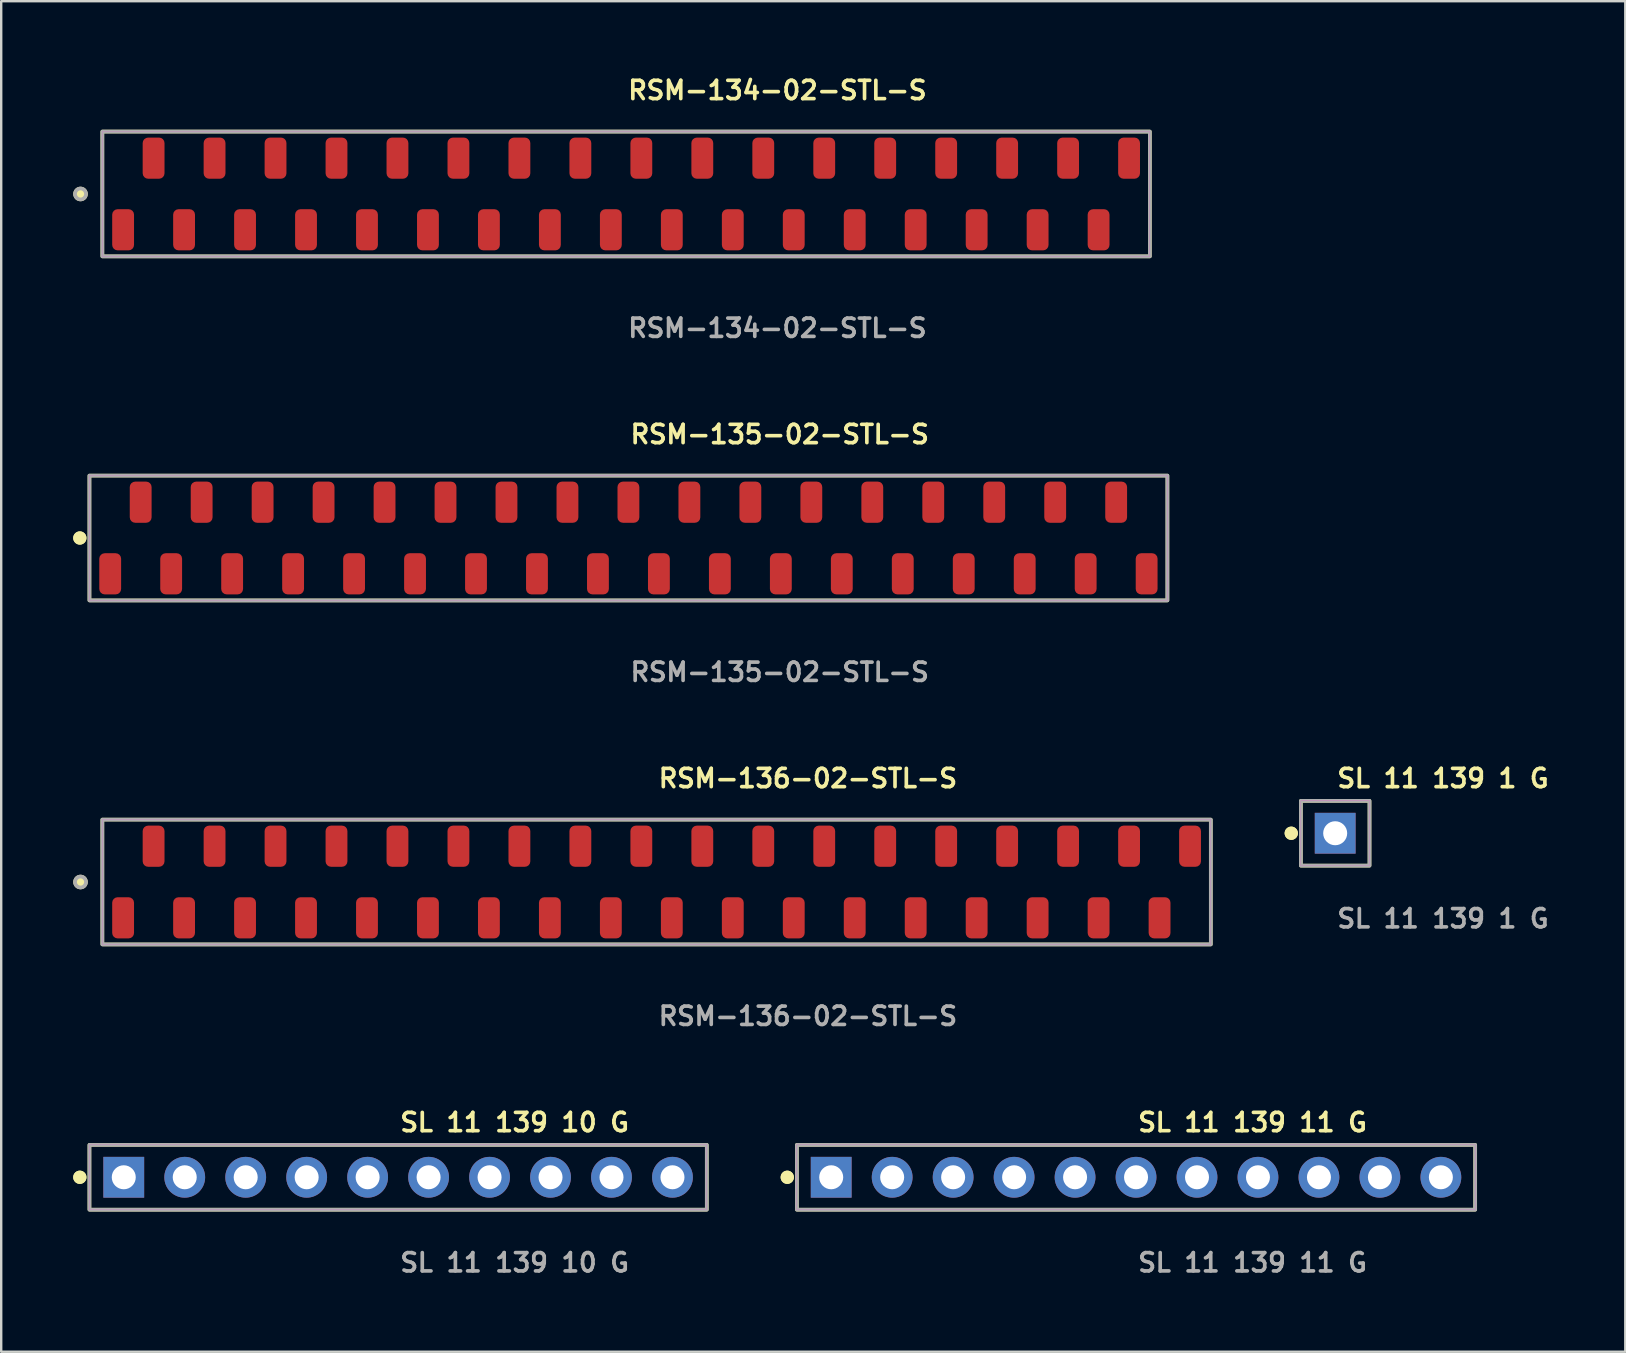
<source format=kicad_pcb>
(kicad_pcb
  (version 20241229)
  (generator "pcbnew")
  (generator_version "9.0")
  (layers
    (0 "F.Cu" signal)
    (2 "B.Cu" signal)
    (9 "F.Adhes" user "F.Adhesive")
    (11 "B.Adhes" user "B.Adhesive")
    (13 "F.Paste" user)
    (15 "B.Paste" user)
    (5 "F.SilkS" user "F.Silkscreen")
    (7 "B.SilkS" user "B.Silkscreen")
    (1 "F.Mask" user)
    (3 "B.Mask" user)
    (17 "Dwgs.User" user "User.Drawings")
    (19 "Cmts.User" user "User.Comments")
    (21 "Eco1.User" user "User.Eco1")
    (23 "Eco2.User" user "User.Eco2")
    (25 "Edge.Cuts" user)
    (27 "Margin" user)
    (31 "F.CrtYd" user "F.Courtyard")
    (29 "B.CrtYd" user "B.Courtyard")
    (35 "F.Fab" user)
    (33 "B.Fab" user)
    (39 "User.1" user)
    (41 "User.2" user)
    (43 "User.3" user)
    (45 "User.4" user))
  (footprint "RSM-134-02-STL-S"
    (layer "F.Cu")
    (at 23.034 5.031)
    (property "Reference" "RSM-134-02-STL-S" (at 0 -4.318 0) (unlocked yes) (layer "F.SilkS") (effects (font (size 0.762 0.762) (thickness 0.152)) (justify left)))
    (fp_rect (start -21.82 2.6) (end 21.82 -2.6) (stroke (width 0.152) (type solid)) (fill no) (layer "F.SilkS"))
    (fp_circle (center -22.73 0) (end -22.957 0) (stroke (width 0.152) (type solid)) (fill yes) (layer "F.SilkS"))
    (fp_rect (start -21.82 2.6) (end 21.82 -2.6) (stroke (width 0.006) (type solid)) (fill no) (layer "F.CrtYd"))
    (fp_rect (start -21.82 2.6) (end 21.82 -2.6) (stroke (width 0.152) (type solid)) (fill no) (layer "F.Fab"))
    (fp_circle (center -22.73 0) (end -22.957 0) (stroke (width 0.152) (type solid)) (fill no) (layer "F.Fab"))
    (fp_text user "${REFERENCE}" (at 0 5.588 0) (unlocked yes) (layer "F.Fab") (effects (font (size 0.762 0.762) (thickness 0.152)) (justify left)))
    (pad "1" smd roundrect (at -20.955 1.492) (size 0.91 1.715) (layers "F.Cu" "F.Paste") (roundrect_rratio 0.25))
    (pad "2" smd roundrect (at -19.685 -1.492) (size 0.91 1.715) (layers "F.Cu" "F.Paste") (roundrect_rratio 0.25))
    (pad "3" smd roundrect (at -18.415 1.492) (size 0.91 1.715) (layers "F.Cu" "F.Paste") (roundrect_rratio 0.25))
    (pad "4" smd roundrect (at -17.145 -1.492) (size 0.91 1.715) (layers "F.Cu" "F.Paste") (roundrect_rratio 0.25))
    (pad "5" smd roundrect (at -15.875 1.492) (size 0.91 1.715) (layers "F.Cu" "F.Paste") (roundrect_rratio 0.25))
    (pad "6" smd roundrect (at -14.605 -1.492) (size 0.91 1.715) (layers "F.Cu" "F.Paste") (roundrect_rratio 0.25))
    (pad "7" smd roundrect (at -13.335 1.492) (size 0.91 1.715) (layers "F.Cu" "F.Paste") (roundrect_rratio 0.25))
    (pad "8" smd roundrect (at -12.065 -1.492) (size 0.91 1.715) (layers "F.Cu" "F.Paste") (roundrect_rratio 0.25))
    (pad "9" smd roundrect (at -10.795 1.492) (size 0.91 1.715) (layers "F.Cu" "F.Paste") (roundrect_rratio 0.25))
    (pad "10" smd roundrect (at -9.525 -1.492) (size 0.91 1.715) (layers "F.Cu" "F.Paste") (roundrect_rratio 0.25))
    (pad "11" smd roundrect (at -8.255 1.492) (size 0.91 1.715) (layers "F.Cu" "F.Paste") (roundrect_rratio 0.25))
    (pad "12" smd roundrect (at -6.985 -1.492) (size 0.91 1.715) (layers "F.Cu" "F.Paste") (roundrect_rratio 0.25))
    (pad "13" smd roundrect (at -5.715 1.492) (size 0.91 1.715) (layers "F.Cu" "F.Paste") (roundrect_rratio 0.25))
    (pad "14" smd roundrect (at -4.445 -1.492) (size 0.91 1.715) (layers "F.Cu" "F.Paste") (roundrect_rratio 0.25))
    (pad "15" smd roundrect (at -3.175 1.492) (size 0.91 1.715) (layers "F.Cu" "F.Paste") (roundrect_rratio 0.25))
    (pad "16" smd roundrect (at -1.905 -1.492) (size 0.91 1.715) (layers "F.Cu" "F.Paste") (roundrect_rratio 0.25))
    (pad "17" smd roundrect (at -0.635 1.492) (size 0.91 1.715) (layers "F.Cu" "F.Paste") (roundrect_rratio 0.25))
    (pad "18" smd roundrect (at 0.635 -1.492) (size 0.91 1.715) (layers "F.Cu" "F.Paste") (roundrect_rratio 0.25))
    (pad "19" smd roundrect (at 1.905 1.492) (size 0.91 1.715) (layers "F.Cu" "F.Paste") (roundrect_rratio 0.25))
    (pad "20" smd roundrect (at 3.175 -1.492) (size 0.91 1.715) (layers "F.Cu" "F.Paste") (roundrect_rratio 0.25))
    (pad "21" smd roundrect (at 4.445 1.492) (size 0.91 1.715) (layers "F.Cu" "F.Paste") (roundrect_rratio 0.25))
    (pad "22" smd roundrect (at 5.715 -1.492) (size 0.91 1.715) (layers "F.Cu" "F.Paste") (roundrect_rratio 0.25))
    (pad "23" smd roundrect (at 6.985 1.492) (size 0.91 1.715) (layers "F.Cu" "F.Paste") (roundrect_rratio 0.25))
    (pad "24" smd roundrect (at 8.255 -1.492) (size 0.91 1.715) (layers "F.Cu" "F.Paste") (roundrect_rratio 0.25))
    (pad "25" smd roundrect (at 9.525 1.492) (size 0.91 1.715) (layers "F.Cu" "F.Paste") (roundrect_rratio 0.25))
    (pad "26" smd roundrect (at 10.795 -1.492) (size 0.91 1.715) (layers "F.Cu" "F.Paste") (roundrect_rratio 0.25))
    (pad "27" smd roundrect (at 12.065 1.492) (size 0.91 1.715) (layers "F.Cu" "F.Paste") (roundrect_rratio 0.25))
    (pad "28" smd roundrect (at 13.335 -1.492) (size 0.91 1.715) (layers "F.Cu" "F.Paste") (roundrect_rratio 0.25))
    (pad "29" smd roundrect (at 14.605 1.492) (size 0.91 1.715) (layers "F.Cu" "F.Paste") (roundrect_rratio 0.25))
    (pad "30" smd roundrect (at 15.875 -1.492) (size 0.91 1.715) (layers "F.Cu" "F.Paste") (roundrect_rratio 0.25))
    (pad "31" smd roundrect (at 17.145 1.492) (size 0.91 1.715) (layers "F.Cu" "F.Paste") (roundrect_rratio 0.25))
    (pad "32" smd roundrect (at 18.415 -1.492) (size 0.91 1.715) (layers "F.Cu" "F.Paste") (roundrect_rratio 0.25))
    (pad "33" smd roundrect (at 19.685 1.492) (size 0.91 1.715) (layers "F.Cu" "F.Paste") (roundrect_rratio 0.25))
    (pad "34" smd roundrect (at 20.955 -1.492) (size 0.91 1.715) (layers "F.Cu" "F.Paste") (roundrect_rratio 0.25)))
  (footprint "RSM-136-02-STL-S"
    (layer "F.Cu")
    (at 24.304 33.696)
    (property "Reference" "RSM-136-02-STL-S" (at 0 -4.318 0) (unlocked yes) (layer "F.SilkS") (effects (font (size 0.762 0.762) (thickness 0.152)) (justify left)))
    (fp_rect (start -23.09 2.6) (end 23.09 -2.6) (stroke (width 0.152) (type solid)) (fill no) (layer "F.SilkS"))
    (fp_circle (center -24 0) (end -24.227 0) (stroke (width 0.152) (type solid)) (fill yes) (layer "F.SilkS"))
    (fp_rect (start -23.09 2.6) (end 23.09 -2.6) (stroke (width 0.006) (type solid)) (fill no) (layer "F.CrtYd"))
    (fp_rect (start -23.09 2.6) (end 23.09 -2.6) (stroke (width 0.152) (type solid)) (fill no) (layer "F.Fab"))
    (fp_circle (center -24 0) (end -24.227 0) (stroke (width 0.152) (type solid)) (fill no) (layer "F.Fab"))
    (fp_text user "${REFERENCE}" (at 0 5.588 0) (unlocked yes) (layer "F.Fab") (effects (font (size 0.762 0.762) (thickness 0.152)) (justify left)))
    (pad "1" smd roundrect (at -22.225 1.492) (size 0.91 1.715) (layers "F.Cu" "F.Paste") (roundrect_rratio 0.25))
    (pad "2" smd roundrect (at -20.955 -1.492) (size 0.91 1.715) (layers "F.Cu" "F.Paste") (roundrect_rratio 0.25))
    (pad "3" smd roundrect (at -19.685 1.492) (size 0.91 1.715) (layers "F.Cu" "F.Paste") (roundrect_rratio 0.25))
    (pad "4" smd roundrect (at -18.415 -1.492) (size 0.91 1.715) (layers "F.Cu" "F.Paste") (roundrect_rratio 0.25))
    (pad "5" smd roundrect (at -17.145 1.492) (size 0.91 1.715) (layers "F.Cu" "F.Paste") (roundrect_rratio 0.25))
    (pad "6" smd roundrect (at -15.875 -1.492) (size 0.91 1.715) (layers "F.Cu" "F.Paste") (roundrect_rratio 0.25))
    (pad "7" smd roundrect (at -14.605 1.492) (size 0.91 1.715) (layers "F.Cu" "F.Paste") (roundrect_rratio 0.25))
    (pad "8" smd roundrect (at -13.335 -1.492) (size 0.91 1.715) (layers "F.Cu" "F.Paste") (roundrect_rratio 0.25))
    (pad "9" smd roundrect (at -12.065 1.492) (size 0.91 1.715) (layers "F.Cu" "F.Paste") (roundrect_rratio 0.25))
    (pad "10" smd roundrect (at -10.795 -1.492) (size 0.91 1.715) (layers "F.Cu" "F.Paste") (roundrect_rratio 0.25))
    (pad "11" smd roundrect (at -9.525 1.492) (size 0.91 1.715) (layers "F.Cu" "F.Paste") (roundrect_rratio 0.25))
    (pad "12" smd roundrect (at -8.255 -1.492) (size 0.91 1.715) (layers "F.Cu" "F.Paste") (roundrect_rratio 0.25))
    (pad "13" smd roundrect (at -6.985 1.492) (size 0.91 1.715) (layers "F.Cu" "F.Paste") (roundrect_rratio 0.25))
    (pad "14" smd roundrect (at -5.715 -1.492) (size 0.91 1.715) (layers "F.Cu" "F.Paste") (roundrect_rratio 0.25))
    (pad "15" smd roundrect (at -4.445 1.492) (size 0.91 1.715) (layers "F.Cu" "F.Paste") (roundrect_rratio 0.25))
    (pad "16" smd roundrect (at -3.175 -1.492) (size 0.91 1.715) (layers "F.Cu" "F.Paste") (roundrect_rratio 0.25))
    (pad "17" smd roundrect (at -1.905 1.492) (size 0.91 1.715) (layers "F.Cu" "F.Paste") (roundrect_rratio 0.25))
    (pad "18" smd roundrect (at -0.635 -1.492) (size 0.91 1.715) (layers "F.Cu" "F.Paste") (roundrect_rratio 0.25))
    (pad "19" smd roundrect (at 0.635 1.492) (size 0.91 1.715) (layers "F.Cu" "F.Paste") (roundrect_rratio 0.25))
    (pad "20" smd roundrect (at 1.905 -1.492) (size 0.91 1.715) (layers "F.Cu" "F.Paste") (roundrect_rratio 0.25))
    (pad "21" smd roundrect (at 3.175 1.492) (size 0.91 1.715) (layers "F.Cu" "F.Paste") (roundrect_rratio 0.25))
    (pad "22" smd roundrect (at 4.445 -1.492) (size 0.91 1.715) (layers "F.Cu" "F.Paste") (roundrect_rratio 0.25))
    (pad "23" smd roundrect (at 5.715 1.492) (size 0.91 1.715) (layers "F.Cu" "F.Paste") (roundrect_rratio 0.25))
    (pad "24" smd roundrect (at 6.985 -1.492) (size 0.91 1.715) (layers "F.Cu" "F.Paste") (roundrect_rratio 0.25))
    (pad "25" smd roundrect (at 8.255 1.492) (size 0.91 1.715) (layers "F.Cu" "F.Paste") (roundrect_rratio 0.25))
    (pad "26" smd roundrect (at 9.525 -1.492) (size 0.91 1.715) (layers "F.Cu" "F.Paste") (roundrect_rratio 0.25))
    (pad "27" smd roundrect (at 10.795 1.492) (size 0.91 1.715) (layers "F.Cu" "F.Paste") (roundrect_rratio 0.25))
    (pad "28" smd roundrect (at 12.065 -1.492) (size 0.91 1.715) (layers "F.Cu" "F.Paste") (roundrect_rratio 0.25))
    (pad "29" smd roundrect (at 13.335 1.492) (size 0.91 1.715) (layers "F.Cu" "F.Paste") (roundrect_rratio 0.25))
    (pad "30" smd roundrect (at 14.605 -1.492) (size 0.91 1.715) (layers "F.Cu" "F.Paste") (roundrect_rratio 0.25))
    (pad "31" smd roundrect (at 15.875 1.492) (size 0.91 1.715) (layers "F.Cu" "F.Paste") (roundrect_rratio 0.25))
    (pad "32" smd roundrect (at 17.145 -1.492) (size 0.91 1.715) (layers "F.Cu" "F.Paste") (roundrect_rratio 0.25))
    (pad "33" smd roundrect (at 18.415 1.492) (size 0.91 1.715) (layers "F.Cu" "F.Paste") (roundrect_rratio 0.25))
    (pad "34" smd roundrect (at 19.685 -1.492) (size 0.91 1.715) (layers "F.Cu" "F.Paste") (roundrect_rratio 0.25))
    (pad "35" smd roundrect (at 20.955 1.492) (size 0.91 1.715) (layers "F.Cu" "F.Paste") (roundrect_rratio 0.25))
    (pad "36" smd roundrect (at 22.225 -1.492) (size 0.91 1.715) (layers "F.Cu" "F.Paste") (roundrect_rratio 0.25)))
  (footprint "SL 11 139 11 G"
    (layer "F.Cu")
    (at 44.279 45.997)
    (property "Reference" "SL 11 139 11 G" (at 0 -2.286 0) (unlocked yes) (layer "F.SilkS") (effects (font (size 0.762 0.762) (thickness 0.152)) (justify left)))
    (fp_rect (start -14.13 1.35) (end 14.13 -1.35) (stroke (width 0.152) (type solid)) (fill no) (layer "F.SilkS"))
    (fp_circle (center -14.53 0) (end -14.73 0) (stroke (width 0.152) (type solid)) (fill yes) (layer "F.SilkS"))
    (fp_circle (center -14.53 0) (end -14.73 0) (stroke (width 0.152) (type solid)) (fill yes) (layer "F.SilkS"))
    (fp_rect (start -14.13 1.35) (end 14.13 -1.35) (stroke (width 0.006) (type solid)) (fill no) (layer "F.CrtYd"))
    (fp_rect (start -14.13 1.35) (end 14.13 -1.35) (stroke (width 0.152) (type solid)) (fill no) (layer "F.Fab"))
    (fp_text user "${REFERENCE}" (at 0 3.556 0) (unlocked yes) (layer "F.Fab") (effects (font (size 0.762 0.762) (thickness 0.152)) (justify left)))
    (pad "1" thru_hole rect (at -12.7 0) (size 1.7 1.7) (drill 1) (layers "*.Cu" "*.Mask"))
    (pad "2" thru_hole circle (at -10.16 0) (size 1.7 1.7) (drill 1) (layers "*.Cu" "*.Mask"))
    (pad "3" thru_hole circle (at -7.62 0) (size 1.7 1.7) (drill 1) (layers "*.Cu" "*.Mask"))
    (pad "4" thru_hole circle (at -5.08 0) (size 1.7 1.7) (drill 1) (layers "*.Cu" "*.Mask"))
    (pad "5" thru_hole circle (at -2.54 0) (size 1.7 1.7) (drill 1) (layers "*.Cu" "*.Mask"))
    (pad "6" thru_hole circle (at 0 0) (size 1.7 1.7) (drill 1) (layers "*.Cu" "*.Mask"))
    (pad "7" thru_hole circle (at 2.54 0) (size 1.7 1.7) (drill 1) (layers "*.Cu" "*.Mask"))
    (pad "8" thru_hole circle (at 5.08 0) (size 1.7 1.7) (drill 1) (layers "*.Cu" "*.Mask"))
    (pad "9" thru_hole circle (at 7.62 0) (size 1.7 1.7) (drill 1) (layers "*.Cu" "*.Mask"))
    (pad "10" thru_hole circle (at 10.16 0) (size 1.7 1.7) (drill 1) (layers "*.Cu" "*.Mask"))
    (pad "11" thru_hole circle (at 12.7 0) (size 1.7 1.7) (drill 1) (layers "*.Cu" "*.Mask")))
  (footprint "RSM-135-02-STL-S"
    (layer "F.Cu")
    (at 23.131 19.364)
    (property "Reference" "RSM-135-02-STL-S" (at 0 -4.318 0) (unlocked yes) (layer "F.SilkS") (effects (font (size 0.762 0.762) (thickness 0.152)) (justify left)))
    (fp_rect (start -22.455 2.6) (end 22.455 -2.6) (stroke (width 0.152) (type solid)) (fill no) (layer "F.SilkS"))
    (fp_circle (center -22.855 0) (end -23.055 0) (stroke (width 0.152) (type solid)) (fill yes) (layer "F.SilkS"))
    (fp_circle (center -22.855 0) (end -23.055 0) (stroke (width 0.152) (type solid)) (fill yes) (layer "F.SilkS"))
    (fp_rect (start -22.455 2.6) (end 22.455 -2.6) (stroke (width 0.006) (type solid)) (fill no) (layer "F.CrtYd"))
    (fp_rect (start -22.455 2.6) (end 22.455 -2.6) (stroke (width 0.152) (type solid)) (fill no) (layer "F.Fab"))
    (fp_text user "${REFERENCE}" (at 0 5.588 0) (unlocked yes) (layer "F.Fab") (effects (font (size 0.762 0.762) (thickness 0.152)) (justify left)))
    (pad "1" smd roundrect (at -21.59 1.492) (size 0.91 1.715) (layers "F.Cu" "F.Paste") (roundrect_rratio 0.25))
    (pad "2" smd roundrect (at -20.32 -1.492) (size 0.91 1.715) (layers "F.Cu" "F.Paste") (roundrect_rratio 0.25))
    (pad "3" smd roundrect (at -19.05 1.492) (size 0.91 1.715) (layers "F.Cu" "F.Paste") (roundrect_rratio 0.25))
    (pad "4" smd roundrect (at -17.78 -1.492) (size 0.91 1.715) (layers "F.Cu" "F.Paste") (roundrect_rratio 0.25))
    (pad "5" smd roundrect (at -16.51 1.492) (size 0.91 1.715) (layers "F.Cu" "F.Paste") (roundrect_rratio 0.25))
    (pad "6" smd roundrect (at -15.24 -1.492) (size 0.91 1.715) (layers "F.Cu" "F.Paste") (roundrect_rratio 0.25))
    (pad "7" smd roundrect (at -13.97 1.492) (size 0.91 1.715) (layers "F.Cu" "F.Paste") (roundrect_rratio 0.25))
    (pad "8" smd roundrect (at -12.7 -1.492) (size 0.91 1.715) (layers "F.Cu" "F.Paste") (roundrect_rratio 0.25))
    (pad "9" smd roundrect (at -11.43 1.492) (size 0.91 1.715) (layers "F.Cu" "F.Paste") (roundrect_rratio 0.25))
    (pad "10" smd roundrect (at -10.16 -1.492) (size 0.91 1.715) (layers "F.Cu" "F.Paste") (roundrect_rratio 0.25))
    (pad "11" smd roundrect (at -8.89 1.492) (size 0.91 1.715) (layers "F.Cu" "F.Paste") (roundrect_rratio 0.25))
    (pad "12" smd roundrect (at -7.62 -1.492) (size 0.91 1.715) (layers "F.Cu" "F.Paste") (roundrect_rratio 0.25))
    (pad "13" smd roundrect (at -6.35 1.492) (size 0.91 1.715) (layers "F.Cu" "F.Paste") (roundrect_rratio 0.25))
    (pad "14" smd roundrect (at -5.08 -1.492) (size 0.91 1.715) (layers "F.Cu" "F.Paste") (roundrect_rratio 0.25))
    (pad "15" smd roundrect (at -3.81 1.492) (size 0.91 1.715) (layers "F.Cu" "F.Paste") (roundrect_rratio 0.25))
    (pad "16" smd roundrect (at -2.54 -1.492) (size 0.91 1.715) (layers "F.Cu" "F.Paste") (roundrect_rratio 0.25))
    (pad "17" smd roundrect (at -1.27 1.492) (size 0.91 1.715) (layers "F.Cu" "F.Paste") (roundrect_rratio 0.25))
    (pad "18" smd roundrect (at 0 -1.492) (size 0.91 1.715) (layers "F.Cu" "F.Paste") (roundrect_rratio 0.25))
    (pad "19" smd roundrect (at 1.27 1.492) (size 0.91 1.715) (layers "F.Cu" "F.Paste") (roundrect_rratio 0.25))
    (pad "20" smd roundrect (at 2.54 -1.492) (size 0.91 1.715) (layers "F.Cu" "F.Paste") (roundrect_rratio 0.25))
    (pad "21" smd roundrect (at 3.81 1.492) (size 0.91 1.715) (layers "F.Cu" "F.Paste") (roundrect_rratio 0.25))
    (pad "22" smd roundrect (at 5.08 -1.492) (size 0.91 1.715) (layers "F.Cu" "F.Paste") (roundrect_rratio 0.25))
    (pad "23" smd roundrect (at 6.35 1.492) (size 0.91 1.715) (layers "F.Cu" "F.Paste") (roundrect_rratio 0.25))
    (pad "24" smd roundrect (at 7.62 -1.492) (size 0.91 1.715) (layers "F.Cu" "F.Paste") (roundrect_rratio 0.25))
    (pad "25" smd roundrect (at 8.89 1.492) (size 0.91 1.715) (layers "F.Cu" "F.Paste") (roundrect_rratio 0.25))
    (pad "26" smd roundrect (at 10.16 -1.492) (size 0.91 1.715) (layers "F.Cu" "F.Paste") (roundrect_rratio 0.25))
    (pad "27" smd roundrect (at 11.43 1.492) (size 0.91 1.715) (layers "F.Cu" "F.Paste") (roundrect_rratio 0.25))
    (pad "28" smd roundrect (at 12.7 -1.492) (size 0.91 1.715) (layers "F.Cu" "F.Paste") (roundrect_rratio 0.25))
    (pad "29" smd roundrect (at 13.97 1.492) (size 0.91 1.715) (layers "F.Cu" "F.Paste") (roundrect_rratio 0.25))
    (pad "30" smd roundrect (at 15.24 -1.492) (size 0.91 1.715) (layers "F.Cu" "F.Paste") (roundrect_rratio 0.25))
    (pad "31" smd roundrect (at 16.51 1.492) (size 0.91 1.715) (layers "F.Cu" "F.Paste") (roundrect_rratio 0.25))
    (pad "32" smd roundrect (at 17.78 -1.492) (size 0.91 1.715) (layers "F.Cu" "F.Paste") (roundrect_rratio 0.25))
    (pad "33" smd roundrect (at 19.05 1.492) (size 0.91 1.715) (layers "F.Cu" "F.Paste") (roundrect_rratio 0.25))
    (pad "34" smd roundrect (at 20.32 -1.492) (size 0.91 1.715) (layers "F.Cu" "F.Paste") (roundrect_rratio 0.25))
    (pad "35" smd roundrect (at 21.59 1.492) (size 0.91 1.715) (layers "F.Cu" "F.Paste") (roundrect_rratio 0.25)))
  (footprint "SL 11 139 1 G"
    (layer "F.Cu")
    (at 52.576 31.664)
    (property "Reference" "SL 11 139 1 G" (at 0 -2.286 0) (unlocked yes) (layer "F.SilkS") (effects (font (size 0.762 0.762) (thickness 0.152)) (justify left)))
    (fp_rect (start -1.43 1.35) (end 1.43 -1.35) (stroke (width 0.152) (type solid)) (fill no) (layer "F.SilkS"))
    (fp_circle (center -1.83 0) (end -2.03 0) (stroke (width 0.152) (type solid)) (fill yes) (layer "F.SilkS"))
    (fp_circle (center -1.83 0) (end -2.03 0) (stroke (width 0.152) (type solid)) (fill yes) (layer "F.SilkS"))
    (fp_rect (start -1.43 1.35) (end 1.43 -1.35) (stroke (width 0.006) (type solid)) (fill no) (layer "F.CrtYd"))
    (fp_rect (start -1.43 1.35) (end 1.43 -1.35) (stroke (width 0.152) (type solid)) (fill no) (layer "F.Fab"))
    (fp_text user "${REFERENCE}" (at 0 3.556 0) (unlocked yes) (layer "F.Fab") (effects (font (size 0.762 0.762) (thickness 0.152)) (justify left)))
    (pad "1" thru_hole rect (at 0 0) (size 1.7 1.7) (drill 1) (layers "*.Cu" "*.Mask")))
  (footprint "SL 11 139 10 G"
    (layer "F.Cu")
    (at 13.536 45.997)
    (property "Reference" "SL 11 139 10 G" (at 0 -2.286 0) (unlocked yes) (layer "F.SilkS") (effects (font (size 0.762 0.762) (thickness 0.152)) (justify left)))
    (fp_rect (start -12.86 1.35) (end 12.86 -1.35) (stroke (width 0.152) (type solid)) (fill no) (layer "F.SilkS"))
    (fp_circle (center -13.26 0) (end -13.46 0) (stroke (width 0.152) (type solid)) (fill yes) (layer "F.SilkS"))
    (fp_circle (center -13.26 0) (end -13.46 0) (stroke (width 0.152) (type solid)) (fill yes) (layer "F.SilkS"))
    (fp_rect (start -12.86 1.35) (end 12.86 -1.35) (stroke (width 0.006) (type solid)) (fill no) (layer "F.CrtYd"))
    (fp_rect (start -12.86 1.35) (end 12.86 -1.35) (stroke (width 0.152) (type solid)) (fill no) (layer "F.Fab"))
    (fp_text user "${REFERENCE}" (at 0 3.556 0) (unlocked yes) (layer "F.Fab") (effects (font (size 0.762 0.762) (thickness 0.152)) (justify left)))
    (pad "1" thru_hole rect (at -11.43 0) (size 1.7 1.7) (drill 1) (layers "*.Cu" "*.Mask"))
    (pad "2" thru_hole circle (at -8.89 0) (size 1.7 1.7) (drill 1) (layers "*.Cu" "*.Mask"))
    (pad "3" thru_hole circle (at -6.35 0) (size 1.7 1.7) (drill 1) (layers "*.Cu" "*.Mask"))
    (pad "4" thru_hole circle (at -3.81 0) (size 1.7 1.7) (drill 1) (layers "*.Cu" "*.Mask"))
    (pad "5" thru_hole circle (at -1.27 0) (size 1.7 1.7) (drill 1) (layers "*.Cu" "*.Mask"))
    (pad "6" thru_hole circle (at 1.27 0) (size 1.7 1.7) (drill 1) (layers "*.Cu" "*.Mask"))
    (pad "7" thru_hole circle (at 3.81 0) (size 1.7 1.7) (drill 1) (layers "*.Cu" "*.Mask"))
    (pad "8" thru_hole circle (at 6.35 0) (size 1.7 1.7) (drill 1) (layers "*.Cu" "*.Mask"))
    (pad "9" thru_hole circle (at 8.89 0) (size 1.7 1.7) (drill 1) (layers "*.Cu" "*.Mask"))
    (pad "10" thru_hole circle (at 11.43 0) (size 1.7 1.7) (drill 1) (layers "*.Cu" "*.Mask")))
  (gr_rect
    (start -3 -3)
    (end 64.662 53.266)
    (stroke (width 0.1) (type default))
    (fill no)
    (layer "Edge.Cuts")))
</source>
